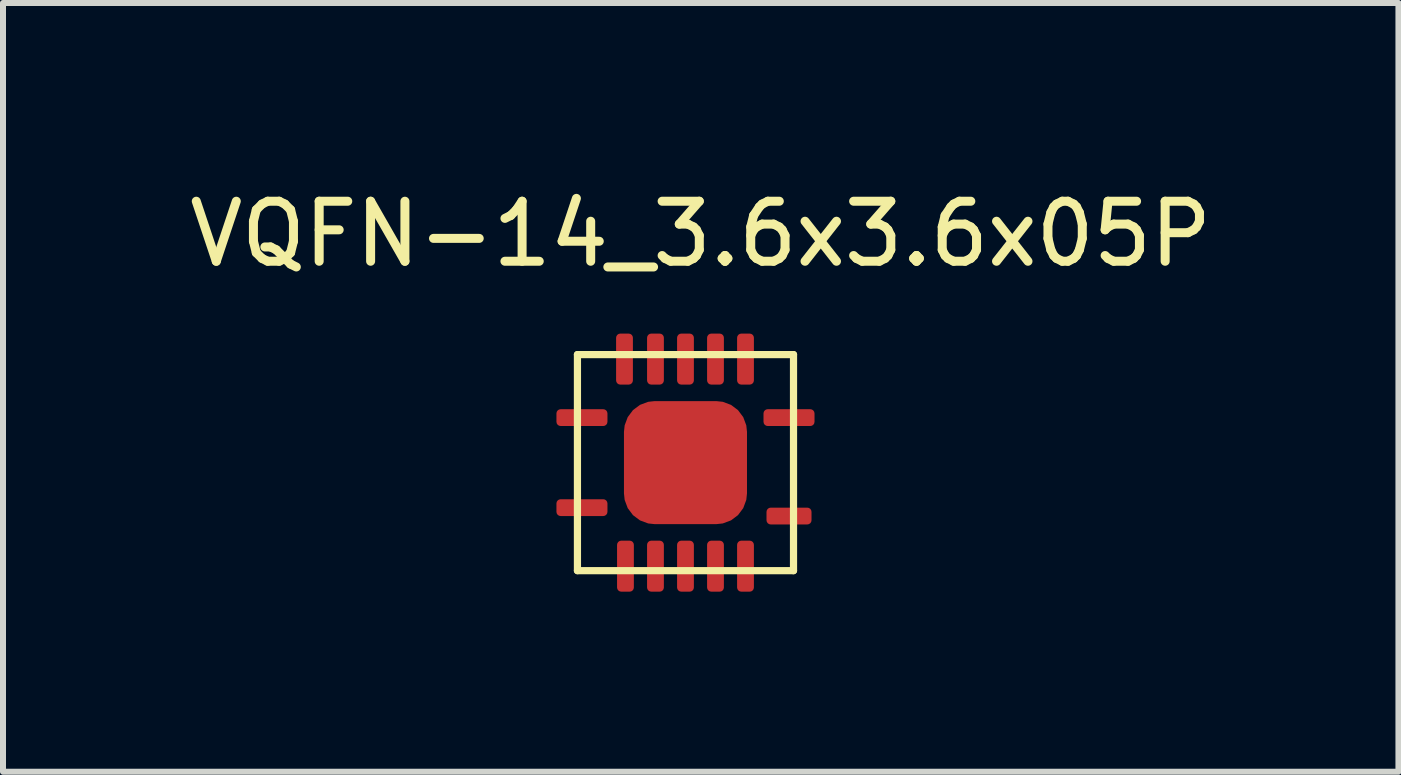
<source format=kicad_pcb>
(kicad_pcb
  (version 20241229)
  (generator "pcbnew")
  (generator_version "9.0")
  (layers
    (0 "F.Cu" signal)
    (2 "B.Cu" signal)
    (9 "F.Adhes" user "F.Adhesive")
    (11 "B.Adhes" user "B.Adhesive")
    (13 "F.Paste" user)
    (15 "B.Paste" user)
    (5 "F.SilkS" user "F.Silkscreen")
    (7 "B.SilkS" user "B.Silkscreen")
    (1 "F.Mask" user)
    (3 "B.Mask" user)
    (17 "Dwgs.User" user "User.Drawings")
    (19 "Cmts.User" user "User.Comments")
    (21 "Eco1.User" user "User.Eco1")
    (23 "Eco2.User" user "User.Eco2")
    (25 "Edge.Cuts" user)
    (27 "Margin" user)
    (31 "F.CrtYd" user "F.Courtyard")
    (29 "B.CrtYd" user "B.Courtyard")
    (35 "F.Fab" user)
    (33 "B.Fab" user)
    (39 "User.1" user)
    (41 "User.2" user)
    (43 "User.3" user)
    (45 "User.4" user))
  (footprint "VQFN-14_3.6x3.6x05P"
    (layer "F.Cu")
    (at 8.371 4.658)
    (property "Reference" "VQFN-14_3.6x3.6x05P" (at 0.254 -3.81 0) (layer "F.SilkS") (effects (font (size 1 1) (thickness 0.15))))
    (attr through_hole)
    (fp_line (start -1.8 -1.8) (end -1.8 1.8) (stroke (width 0.12) (type solid)) (layer "F.SilkS"))
    (fp_line (start -1.8 -1.8) (end 1.8 -1.8) (stroke (width 0.12) (type solid)) (layer "F.SilkS"))
    (fp_line (start -1.8 1.8) (end 1.8 1.8) (stroke (width 0.12) (type solid)) (layer "F.SilkS"))
    (fp_line (start 1.8 -1.8) (end 1.8 1.8) (stroke (width 0.12) (type solid)) (layer "F.SilkS"))
    (pad "1" smd roundrect (at -1.725 0.75 90) (size 0.28 0.85) (layers "F.Cu" "F.Mask" "F.Paste") (roundrect_rratio 0.25))
    (pad "2" smd roundrect (at -1 1.725) (size 0.28 0.85) (layers "F.Cu" "F.Mask" "F.Paste") (roundrect_rratio 0.25))
    (pad "3" smd roundrect (at -0.5 1.725) (size 0.28 0.85) (layers "F.Cu" "F.Mask" "F.Paste") (roundrect_rratio 0.25))
    (pad "4" smd roundrect (at 0 1.725) (size 0.28 0.85) (layers "F.Cu" "F.Mask" "F.Paste") (roundrect_rratio 0.25))
    (pad "5" smd roundrect (at 0.5 1.725) (size 0.28 0.85) (layers "F.Cu" "F.Mask" "F.Paste") (roundrect_rratio 0.25))
    (pad "6" smd roundrect (at 1 1.725) (size 0.28 0.85) (layers "F.Cu" "F.Mask" "F.Paste") (roundrect_rratio 0.25))
    (pad "7" smd roundrect (at 1.725 0.89 90) (size 0.28 0.75) (layers "F.Cu" "F.Mask" "F.Paste") (roundrect_rratio 0.25))
    (pad "8" smd roundrect (at 1.725 -0.75 90) (size 0.28 0.85) (layers "F.Cu" "F.Mask" "F.Paste") (roundrect_rratio 0.25))
    (pad "9" smd roundrect (at 1 -1.725) (size 0.28 0.85) (layers "F.Cu" "F.Mask" "F.Paste") (roundrect_rratio 0.25))
    (pad "10" smd roundrect (at 0.5 -1.725) (size 0.28 0.85) (layers "F.Cu" "F.Mask" "F.Paste") (roundrect_rratio 0.25))
    (pad "11" smd roundrect (at 0 -1.725) (size 0.28 0.85) (layers "F.Cu" "F.Mask" "F.Paste") (roundrect_rratio 0.25))
    (pad "12" smd roundrect (at -0.5 -1.725) (size 0.28 0.85) (layers "F.Cu" "F.Mask" "F.Paste") (roundrect_rratio 0.25))
    (pad "13" smd roundrect (at -1.016 -1.725) (size 0.28 0.85) (layers "F.Cu" "F.Mask" "F.Paste") (roundrect_rratio 0.25))
    (pad "14" smd roundrect (at -1.725 -0.75 90) (size 0.28 0.85) (layers "F.Cu" "F.Mask" "F.Paste") (roundrect_rratio 0.25))
    (pad "15" smd roundrect (at 0 0 90) (size 2.05 2.05) (layers "F.Cu" "F.Mask" "F.Paste") (roundrect_rratio 0.25)))
  (gr_rect
    (start -3 -3)
    (end 20.25 9.808)
    (stroke (width 0.1) (type default))
    (fill no)
    (layer "Edge.Cuts")))
</source>
